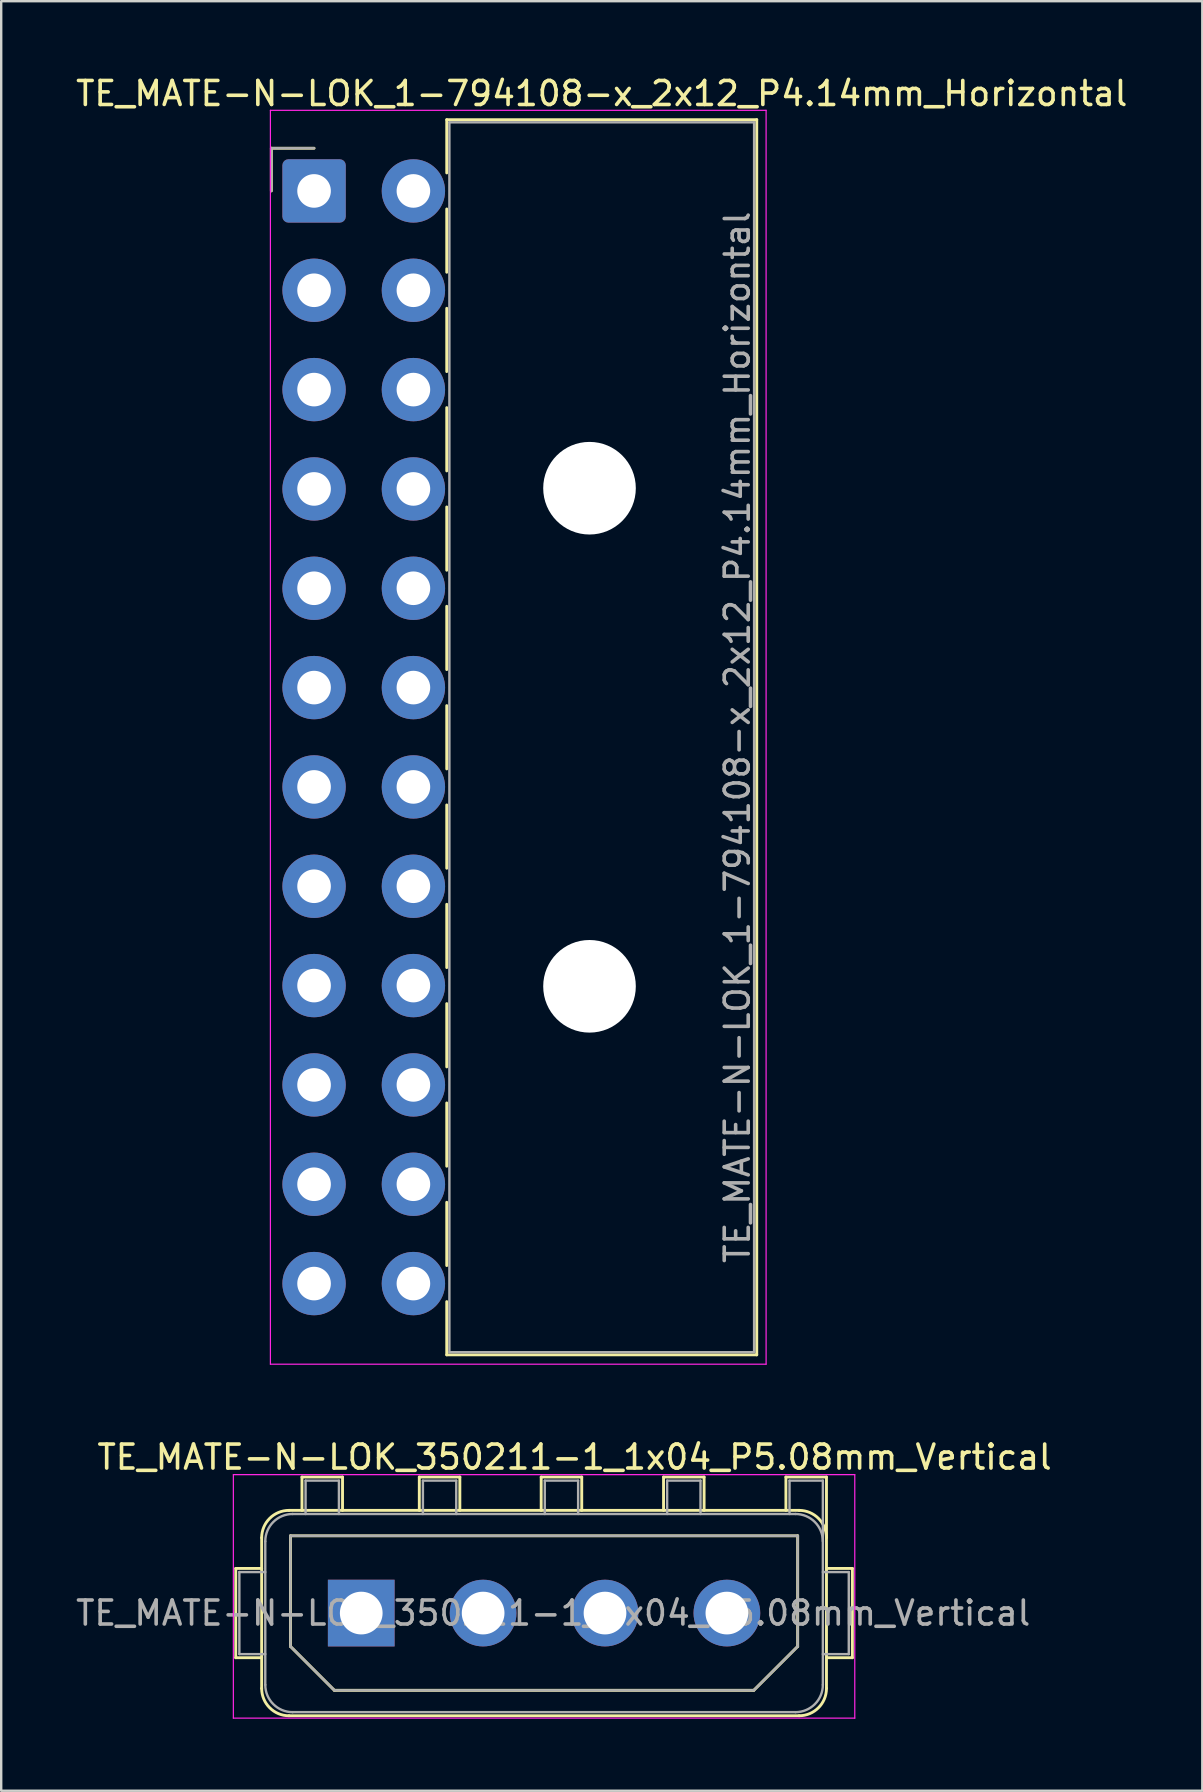
<source format=kicad_pcb>
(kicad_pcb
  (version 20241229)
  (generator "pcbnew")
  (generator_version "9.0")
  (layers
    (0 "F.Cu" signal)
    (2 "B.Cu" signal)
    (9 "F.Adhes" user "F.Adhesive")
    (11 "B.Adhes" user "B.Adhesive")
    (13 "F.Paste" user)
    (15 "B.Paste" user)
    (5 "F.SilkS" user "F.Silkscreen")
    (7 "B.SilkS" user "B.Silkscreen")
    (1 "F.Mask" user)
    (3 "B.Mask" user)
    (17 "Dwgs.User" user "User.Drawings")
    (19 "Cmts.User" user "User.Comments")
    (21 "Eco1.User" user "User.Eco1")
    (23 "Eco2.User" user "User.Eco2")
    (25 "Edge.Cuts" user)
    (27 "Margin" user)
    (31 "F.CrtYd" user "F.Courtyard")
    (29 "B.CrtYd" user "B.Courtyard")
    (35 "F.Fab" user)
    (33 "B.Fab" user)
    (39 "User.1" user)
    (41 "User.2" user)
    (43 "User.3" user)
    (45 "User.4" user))
  (footprint "TE_MATE-N-LOK_1-794108-x_2x12_P4.14mm_Horizontal"
    (layer "F.Cu")
    (at 10.04 4.908)
    (property "Reference" "TE_MATE-N-LOK_1-794108-x_2x12_P4.14mm_Horizontal" (at 11.99 -4.06 0) (layer "F.SilkS") (effects (font (size 1 1) (thickness 0.15))))
    (attr through_hole)
    (fp_line (start -1.78 -1.78) (end -1.78 0) (stroke (width 0.12) (type solid)) (layer "F.SilkS"))
    (fp_line (start 0 -1.78) (end -1.78 -1.78) (stroke (width 0.12) (type solid)) (layer "F.SilkS"))
    (fp_line (start 5.53 -2.97) (end 18.45 -2.97) (stroke (width 0.12) (type solid)) (layer "F.SilkS"))
    (fp_line (start 5.53 -0.751) (end 5.53 -2.97) (stroke (width 0.12) (type solid)) (layer "F.SilkS"))
    (fp_line (start 5.53 0.751) (end 5.53 3.389) (stroke (width 0.12) (type solid)) (layer "F.SilkS"))
    (fp_line (start 5.53 4.891) (end 5.53 7.529) (stroke (width 0.12) (type solid)) (layer "F.SilkS"))
    (fp_line (start 5.53 9.031) (end 5.53 11.669) (stroke (width 0.12) (type solid)) (layer "F.SilkS"))
    (fp_line (start 5.53 13.171) (end 5.53 15.809) (stroke (width 0.12) (type solid)) (layer "F.SilkS"))
    (fp_line (start 5.53 17.311) (end 5.53 19.949) (stroke (width 0.12) (type solid)) (layer "F.SilkS"))
    (fp_line (start 5.53 21.451) (end 5.53 24.089) (stroke (width 0.12) (type solid)) (layer "F.SilkS"))
    (fp_line (start 5.53 25.591) (end 5.53 28.229) (stroke (width 0.12) (type solid)) (layer "F.SilkS"))
    (fp_line (start 5.53 29.731) (end 5.53 32.369) (stroke (width 0.12) (type solid)) (layer "F.SilkS"))
    (fp_line (start 5.53 33.871) (end 5.53 36.509) (stroke (width 0.12) (type solid)) (layer "F.SilkS"))
    (fp_line (start 5.53 38.011) (end 5.53 40.649) (stroke (width 0.12) (type solid)) (layer "F.SilkS"))
    (fp_line (start 5.53 42.151) (end 5.53 44.789) (stroke (width 0.12) (type solid)) (layer "F.SilkS"))
    (fp_line (start 5.53 48.51) (end 5.53 46.291) (stroke (width 0.12) (type solid)) (layer "F.SilkS"))
    (fp_line (start 18.45 -2.97) (end 18.45 48.51) (stroke (width 0.12) (type solid)) (layer "F.SilkS"))
    (fp_line (start 18.45 48.51) (end 5.53 48.51) (stroke (width 0.12) (type solid)) (layer "F.SilkS"))
    (fp_line (start -1.82 -3.36) (end -1.82 48.9) (stroke (width 0.05) (type solid)) (layer "F.CrtYd"))
    (fp_line (start -1.82 48.9) (end 18.84 48.9) (stroke (width 0.05) (type solid)) (layer "F.CrtYd"))
    (fp_line (start 18.84 -3.36) (end -1.82 -3.36) (stroke (width 0.05) (type solid)) (layer "F.CrtYd"))
    (fp_line (start 18.84 48.9) (end 18.84 -3.36) (stroke (width 0.05) (type solid)) (layer "F.CrtYd"))
    (fp_line (start -1.78 -1.78) (end -1.78 0) (stroke (width 0.1) (type solid)) (layer "F.Fab"))
    (fp_line (start 0 -1.78) (end -1.78 -1.78) (stroke (width 0.1) (type solid)) (layer "F.Fab"))
    (fp_line (start 5.64 -2.86) (end 5.64 48.4) (stroke (width 0.1) (type solid)) (layer "F.Fab"))
    (fp_line (start 5.64 48.4) (end 18.34 48.4) (stroke (width 0.1) (type solid)) (layer "F.Fab"))
    (fp_line (start 18.34 -2.86) (end 5.64 -2.86) (stroke (width 0.1) (type solid)) (layer "F.Fab"))
    (fp_line (start 18.34 48.4) (end 18.34 -2.86) (stroke (width 0.1) (type solid)) (layer "F.Fab"))
    (fp_text user "${REFERENCE}" (at 17.64 22.77 90) (layer "F.Fab") (effects (font (size 1 1) (thickness 0.15))))
    (pad "" np_thru_hole circle (at 11.48 12.39) (size 3.86 3.86) (drill 3.86) (layers "*.Cu" "*.Mask"))
    (pad "" np_thru_hole circle (at 11.48 33.15) (size 3.86 3.86) (drill 3.86) (layers "*.Cu" "*.Mask"))
    (pad "1" thru_hole roundrect (at 0 0) (size 2.64 2.64) (drill 1.4) (layers "*.Cu" "*.Mask") (roundrect_rratio 0.095))
    (pad "2" thru_hole circle (at 0 4.14) (size 2.64 2.64) (drill 1.4) (layers "*.Cu" "*.Mask"))
    (pad "3" thru_hole circle (at 0 8.28) (size 2.64 2.64) (drill 1.4) (layers "*.Cu" "*.Mask"))
    (pad "4" thru_hole circle (at 0 12.42) (size 2.64 2.64) (drill 1.4) (layers "*.Cu" "*.Mask"))
    (pad "5" thru_hole circle (at 0 16.56) (size 2.64 2.64) (drill 1.4) (layers "*.Cu" "*.Mask"))
    (pad "6" thru_hole circle (at 0 20.7) (size 2.64 2.64) (drill 1.4) (layers "*.Cu" "*.Mask"))
    (pad "7" thru_hole circle (at 0 24.84) (size 2.64 2.64) (drill 1.4) (layers "*.Cu" "*.Mask"))
    (pad "8" thru_hole circle (at 0 28.98) (size 2.64 2.64) (drill 1.4) (layers "*.Cu" "*.Mask"))
    (pad "9" thru_hole circle (at 0 33.12) (size 2.64 2.64) (drill 1.4) (layers "*.Cu" "*.Mask"))
    (pad "10" thru_hole circle (at 0 37.26) (size 2.64 2.64) (drill 1.4) (layers "*.Cu" "*.Mask"))
    (pad "11" thru_hole circle (at 0 41.4) (size 2.64 2.64) (drill 1.4) (layers "*.Cu" "*.Mask"))
    (pad "12" thru_hole circle (at 0 45.54) (size 2.64 2.64) (drill 1.4) (layers "*.Cu" "*.Mask"))
    (pad "13" thru_hole circle (at 4.14 0) (size 2.64 2.64) (drill 1.4) (layers "*.Cu" "*.Mask"))
    (pad "14" thru_hole circle (at 4.14 4.14) (size 2.64 2.64) (drill 1.4) (layers "*.Cu" "*.Mask"))
    (pad "15" thru_hole circle (at 4.14 8.28) (size 2.64 2.64) (drill 1.4) (layers "*.Cu" "*.Mask"))
    (pad "16" thru_hole circle (at 4.14 12.42) (size 2.64 2.64) (drill 1.4) (layers "*.Cu" "*.Mask"))
    (pad "17" thru_hole circle (at 4.14 16.56) (size 2.64 2.64) (drill 1.4) (layers "*.Cu" "*.Mask"))
    (pad "18" thru_hole circle (at 4.14 20.7) (size 2.64 2.64) (drill 1.4) (layers "*.Cu" "*.Mask"))
    (pad "19" thru_hole circle (at 4.14 24.84) (size 2.64 2.64) (drill 1.4) (layers "*.Cu" "*.Mask"))
    (pad "20" thru_hole circle (at 4.14 28.98) (size 2.64 2.64) (drill 1.4) (layers "*.Cu" "*.Mask"))
    (pad "21" thru_hole circle (at 4.14 33.12) (size 2.64 2.64) (drill 1.4) (layers "*.Cu" "*.Mask"))
    (pad "22" thru_hole circle (at 4.14 37.26) (size 2.64 2.64) (drill 1.4) (layers "*.Cu" "*.Mask"))
    (pad "23" thru_hole circle (at 4.14 41.4) (size 2.64 2.64) (drill 1.4) (layers "*.Cu" "*.Mask"))
    (pad "24" thru_hole circle (at 4.14 45.54) (size 2.64 2.64) (drill 1.4) (layers "*.Cu" "*.Mask")))
  (footprint "TE_MATE-N-LOK_350211-1_1x04_P5.08mm_Vertical"
    (layer "F.Cu")
    (at 12.006 64.181)
    (property "Reference" "TE_MATE-N-LOK_350211-1_1x04_P5.08mm_Vertical" (at 8.89 -6.5 0) (layer "F.SilkS") (effects (font (size 1 1) (thickness 0.15))))
    (attr through_hole)
    (fp_line (start -5.23 -1.86) (end -4.15 -1.86) (stroke (width 0.12) (type solid)) (layer "F.SilkS"))
    (fp_line (start -5.23 1.86) (end -5.23 -1.86) (stroke (width 0.12) (type solid)) (layer "F.SilkS"))
    (fp_line (start -4.15 -3.14) (end -4.15 3.14) (stroke (width 0.12) (type solid)) (layer "F.SilkS"))
    (fp_line (start -4.15 1.86) (end -5.23 1.86) (stroke (width 0.12) (type solid)) (layer "F.SilkS"))
    (fp_line (start -3.01 4.28) (end 18.25 4.28) (stroke (width 0.12) (type solid)) (layer "F.SilkS"))
    (fp_line (start -2.95 -3.22) (end 18.19 -3.22) (stroke (width 0.12) (type solid)) (layer "F.SilkS"))
    (fp_line (start -2.95 1.39) (end -2.95 -3.22) (stroke (width 0.12) (type solid)) (layer "F.SilkS"))
    (fp_line (start -2.47 -5.67) (end -0.78 -5.67) (stroke (width 0.12) (type solid)) (layer "F.SilkS"))
    (fp_line (start -2.47 -4.28) (end -2.47 -5.67) (stroke (width 0.12) (type solid)) (layer "F.SilkS"))
    (fp_line (start -1.12 3.22) (end -2.95 1.39) (stroke (width 0.12) (type solid)) (layer "F.SilkS"))
    (fp_line (start -0.78 -5.67) (end -0.78 -4.28) (stroke (width 0.12) (type solid)) (layer "F.SilkS"))
    (fp_line (start 2.42 -5.67) (end 4.11 -5.67) (stroke (width 0.12) (type solid)) (layer "F.SilkS"))
    (fp_line (start 2.42 -4.28) (end 2.42 -5.67) (stroke (width 0.12) (type solid)) (layer "F.SilkS"))
    (fp_line (start 4.11 -5.67) (end 4.11 -4.28) (stroke (width 0.12) (type solid)) (layer "F.SilkS"))
    (fp_line (start 7.5 -5.67) (end 9.19 -5.67) (stroke (width 0.12) (type solid)) (layer "F.SilkS"))
    (fp_line (start 7.5 -4.28) (end 7.5 -5.67) (stroke (width 0.12) (type solid)) (layer "F.SilkS"))
    (fp_line (start 9.19 -5.67) (end 9.19 -4.28) (stroke (width 0.12) (type solid)) (layer "F.SilkS"))
    (fp_line (start 12.6 -5.67) (end 14.29 -5.67) (stroke (width 0.12) (type solid)) (layer "F.SilkS"))
    (fp_line (start 12.6 -4.28) (end 12.6 -5.67) (stroke (width 0.12) (type solid)) (layer "F.SilkS"))
    (fp_line (start 14.29 -5.67) (end 14.29 -4.28) (stroke (width 0.12) (type solid)) (layer "F.SilkS"))
    (fp_line (start 16.36 3.22) (end -1.12 3.22) (stroke (width 0.12) (type solid)) (layer "F.SilkS"))
    (fp_line (start 17.7 -5.67) (end 19.39 -5.67) (stroke (width 0.12) (type solid)) (layer "F.SilkS"))
    (fp_line (start 17.7 -4.28) (end 17.7 -5.67) (stroke (width 0.12) (type solid)) (layer "F.SilkS"))
    (fp_line (start 18.19 -3.22) (end 18.19 1.39) (stroke (width 0.12) (type solid)) (layer "F.SilkS"))
    (fp_line (start 18.19 1.39) (end 16.36 3.22) (stroke (width 0.12) (type solid)) (layer "F.SilkS"))
    (fp_line (start 18.25 -4.28) (end -3.01 -4.28) (stroke (width 0.12) (type solid)) (layer "F.SilkS"))
    (fp_line (start 19.39 1.86) (end 20.47 1.86) (stroke (width 0.12) (type solid)) (layer "F.SilkS"))
    (fp_line (start 19.39 3.14) (end 19.39 -5.67) (stroke (width 0.12) (type solid)) (layer "F.SilkS"))
    (fp_line (start 20.47 -1.86) (end 19.39 -1.86) (stroke (width 0.12) (type solid)) (layer "F.SilkS"))
    (fp_line (start 20.47 1.86) (end 20.47 -1.86) (stroke (width 0.12) (type solid)) (layer "F.SilkS"))
    (fp_arc (start -4.15 -3.14) (mid -3.816102 -3.946102) (end -3.01 -4.28) (stroke (width 0.12) (type solid)) (layer "F.SilkS"))
    (fp_arc (start -3.01 4.28) (mid -3.816102 3.946102) (end -4.15 3.14) (stroke (width 0.12) (type solid)) (layer "F.SilkS"))
    (fp_arc (start 18.25 -4.28) (mid 19.056102 -3.946102) (end 19.39 -3.14) (stroke (width 0.12) (type solid)) (layer "F.SilkS"))
    (fp_arc (start 19.39 3.14) (mid 19.056102 3.946102) (end 18.25 4.28) (stroke (width 0.12) (type solid)) (layer "F.SilkS"))
    (fp_line (start -5.33 -5.77) (end -5.33 4.38) (stroke (width 0.05) (type solid)) (layer "F.CrtYd"))
    (fp_line (start -5.33 4.38) (end 20.57 4.38) (stroke (width 0.05) (type solid)) (layer "F.CrtYd"))
    (fp_line (start 20.57 -5.77) (end -5.33 -5.77) (stroke (width 0.05) (type solid)) (layer "F.CrtYd"))
    (fp_line (start 20.57 4.38) (end 20.57 -5.77) (stroke (width 0.05) (type solid)) (layer "F.CrtYd"))
    (fp_line (start -5.08 -1.71) (end -4 -1.71) (stroke (width 0.1) (type solid)) (layer "F.Fab"))
    (fp_line (start -5.08 1.71) (end -5.08 -1.71) (stroke (width 0.1) (type solid)) (layer "F.Fab"))
    (fp_line (start -4 -2.99) (end -4 2.99) (stroke (width 0.1) (type solid)) (layer "F.Fab"))
    (fp_line (start -4 1.71) (end -5.08 1.71) (stroke (width 0.1) (type solid)) (layer "F.Fab"))
    (fp_line (start -2.95 -3.22) (end 18.19 -3.22) (stroke (width 0.1) (type solid)) (layer "F.Fab"))
    (fp_line (start -2.95 1.39) (end -2.95 -3.22) (stroke (width 0.1) (type solid)) (layer "F.Fab"))
    (fp_line (start -2.86 4.13) (end 18.1 4.13) (stroke (width 0.1) (type solid)) (layer "F.Fab"))
    (fp_line (start -2.32 -5.52) (end -0.93 -5.52) (stroke (width 0.1) (type solid)) (layer "F.Fab"))
    (fp_line (start -2.32 -4.13) (end -2.32 -5.52) (stroke (width 0.1) (type solid)) (layer "F.Fab"))
    (fp_line (start -1.12 3.22) (end -2.95 1.39) (stroke (width 0.1) (type solid)) (layer "F.Fab"))
    (fp_line (start -0.93 -5.52) (end -0.93 -4.13) (stroke (width 0.1) (type solid)) (layer "F.Fab"))
    (fp_line (start 2.57 -5.52) (end 3.96 -5.52) (stroke (width 0.1) (type solid)) (layer "F.Fab"))
    (fp_line (start 2.57 -4.13) (end 2.57 -5.52) (stroke (width 0.1) (type solid)) (layer "F.Fab"))
    (fp_line (start 3.96 -5.52) (end 3.96 -4.13) (stroke (width 0.1) (type solid)) (layer "F.Fab"))
    (fp_line (start 7.65 -5.52) (end 9.04 -5.52) (stroke (width 0.1) (type solid)) (layer "F.Fab"))
    (fp_line (start 7.65 -4.13) (end 7.65 -5.52) (stroke (width 0.1) (type solid)) (layer "F.Fab"))
    (fp_line (start 9.04 -5.52) (end 9.04 -4.13) (stroke (width 0.1) (type solid)) (layer "F.Fab"))
    (fp_line (start 12.75 -5.52) (end 14.14 -5.52) (stroke (width 0.1) (type solid)) (layer "F.Fab"))
    (fp_line (start 12.75 -4.13) (end 12.75 -5.52) (stroke (width 0.1) (type solid)) (layer "F.Fab"))
    (fp_line (start 14.14 -5.52) (end 14.14 -4.13) (stroke (width 0.1) (type solid)) (layer "F.Fab"))
    (fp_line (start 16.36 3.22) (end -1.12 3.22) (stroke (width 0.1) (type solid)) (layer "F.Fab"))
    (fp_line (start 17.85 -5.52) (end 19.24 -5.52) (stroke (width 0.1) (type solid)) (layer "F.Fab"))
    (fp_line (start 17.85 -4.13) (end 17.85 -5.52) (stroke (width 0.1) (type solid)) (layer "F.Fab"))
    (fp_line (start 18.1 -4.13) (end -2.86 -4.13) (stroke (width 0.1) (type solid)) (layer "F.Fab"))
    (fp_line (start 18.19 -3.22) (end 18.19 1.39) (stroke (width 0.1) (type solid)) (layer "F.Fab"))
    (fp_line (start 18.19 1.39) (end 16.36 3.22) (stroke (width 0.1) (type solid)) (layer "F.Fab"))
    (fp_line (start 19.24 1.71) (end 20.32 1.71) (stroke (width 0.1) (type solid)) (layer "F.Fab"))
    (fp_line (start 19.24 2.99) (end 19.24 -5.52) (stroke (width 0.1) (type solid)) (layer "F.Fab"))
    (fp_line (start 20.32 -1.71) (end 19.24 -1.71) (stroke (width 0.1) (type solid)) (layer "F.Fab"))
    (fp_line (start 20.32 1.71) (end 20.32 -1.71) (stroke (width 0.1) (type solid)) (layer "F.Fab"))
    (fp_arc (start -4 -2.99) (mid -3.666102 -3.796102) (end -2.86 -4.13) (stroke (width 0.1) (type solid)) (layer "F.Fab"))
    (fp_arc (start -2.86 4.13) (mid -3.666102 3.796102) (end -4 2.99) (stroke (width 0.1) (type solid)) (layer "F.Fab"))
    (fp_arc (start 18.1 -4.13) (mid 18.906102 -3.796102) (end 19.24 -2.99) (stroke (width 0.1) (type solid)) (layer "F.Fab"))
    (fp_arc (start 19.24 2.99) (mid 18.906102 3.796102) (end 18.1 4.13) (stroke (width 0.1) (type solid)) (layer "F.Fab"))
    (fp_text user "${REFERENCE}" (at 8 0 0) (layer "F.Fab") (effects (font (size 1 1) (thickness 0.15))))
    (pad "1" thru_hole rect (at 0 0) (size 2.78 2.78) (drill 1.78) (layers "*.Cu" "*.Mask"))
    (pad "2" thru_hole circle (at 5.08 0) (size 2.78 2.78) (drill 1.78) (layers "*.Cu" "*.Mask"))
    (pad "3" thru_hole circle (at 10.16 0) (size 2.78 2.78) (drill 1.78) (layers "*.Cu" "*.Mask"))
    (pad "4" thru_hole circle (at 15.24 0) (size 2.78 2.78) (drill 1.78) (layers "*.Cu" "*.Mask")))
  (gr_rect
    (start -3 -3)
    (end 47.06 71.587)
    (stroke (width 0.1) (type default))
    (fill no)
    (layer "Edge.Cuts")))
</source>
